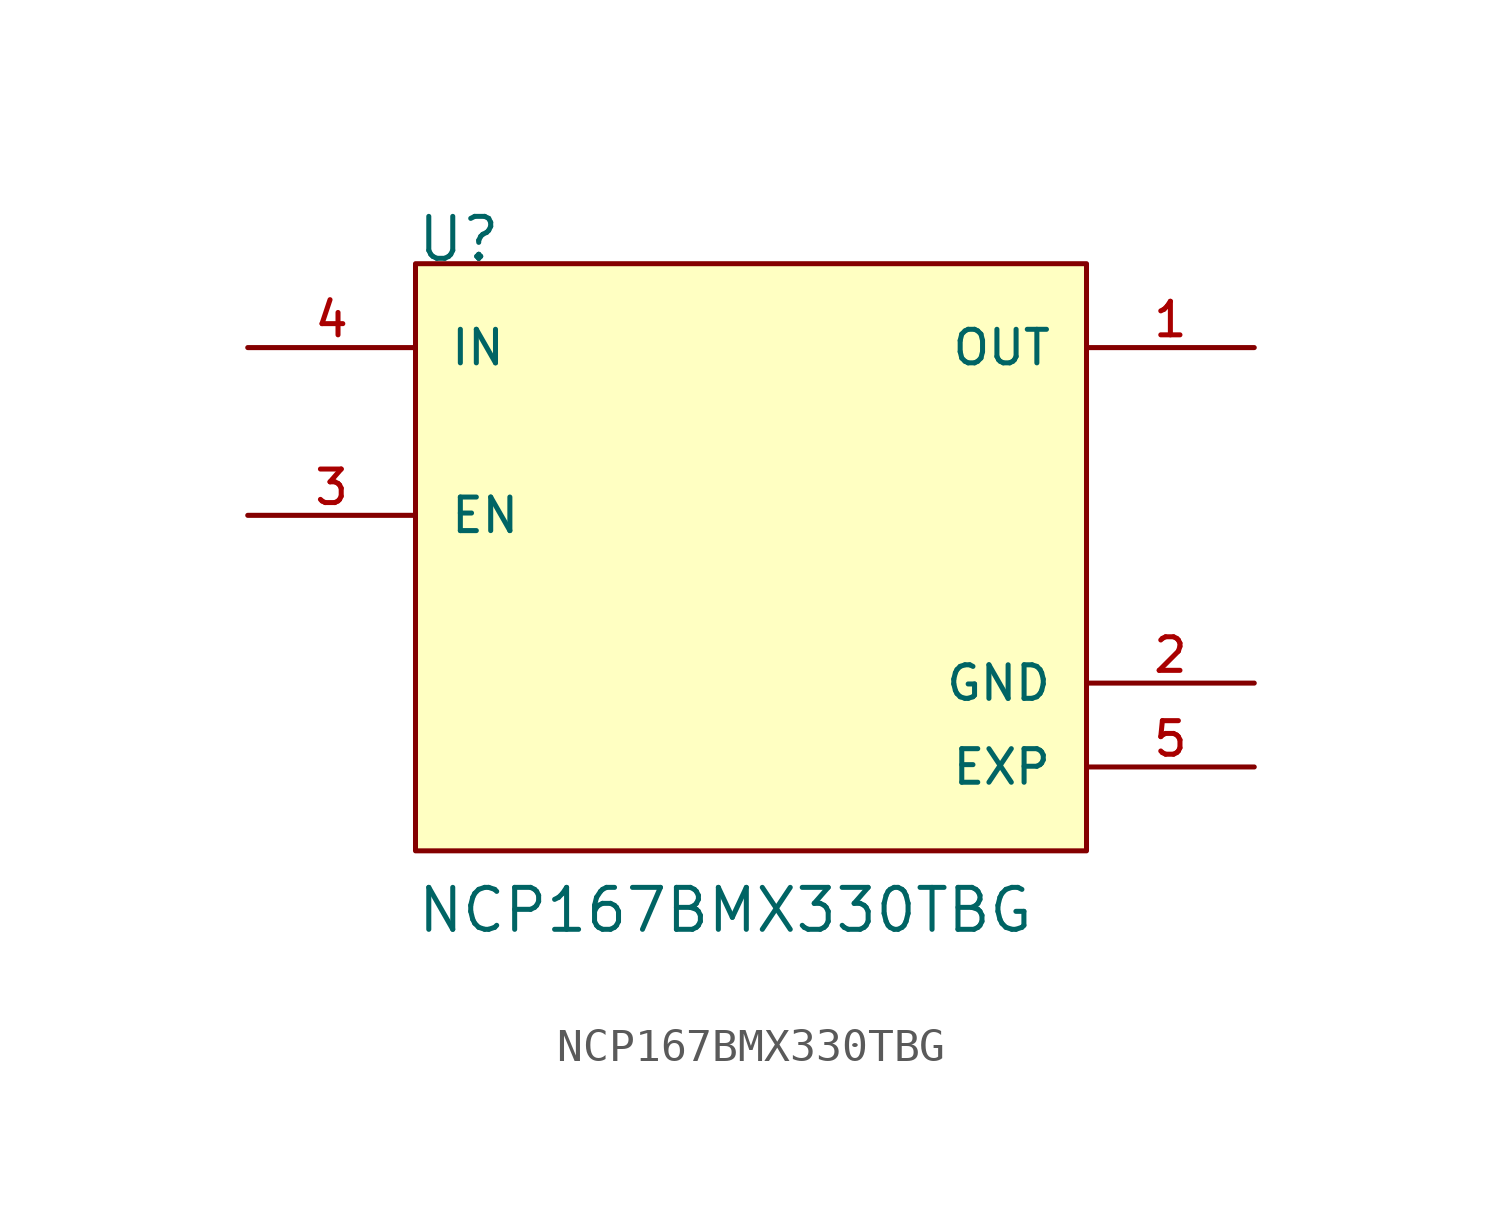
<source format=kicad_sym>
(kicad_symbol_lib
  (version 20211014)
  (generator kicad_symbol_editor)
  (symbol "NCP167BMX330TBG"
    (pin_names
      (offset 1.016))
    (property "Reference" "U"
      (at -10.16 7.62 0)
      (effects (font (size 1.27 1.27)) (justify bottom left)))
    (property "Value" "NCP167BMX330TBG"
      (at -10.16 -12.7 0)
      (effects (font (size 1.27 1.27)) (justify bottom left)))
    (symbol "NCP167BMX330TBG_0_0"
      (rectangle (start -10.16 -10.16) (end 10.16 7.62) (stroke (width 0.152)) (fill (type background)))
      (pin input line (at -15.24 5.08 0) (length 5.08) (name "IN" (effects (font (size 1.016 1.016)))) (number "4" (effects (font (size 1.016 1.016)))))
      (pin input line (at -15.24 0.0 0) (length 5.08) (name "EN" (effects (font (size 1.016 1.016)))) (number "3" (effects (font (size 1.016 1.016)))))
      (pin output line (at 15.24 5.08 180.0) (length 5.08) (name "OUT" (effects (font (size 1.016 1.016)))) (number "1" (effects (font (size 1.016 1.016)))))
      (pin power_in line (at 15.24 -5.08 180.0) (length 5.08) (name "GND" (effects (font (size 1.016 1.016)))) (number "2" (effects (font (size 1.016 1.016)))))
      (pin power_in line (at 15.24 -7.62 180.0) (length 5.08) (name "EXP" (effects (font (size 1.016 1.016)))) (number "5" (effects (font (size 1.016 1.016))))))))
</source>
